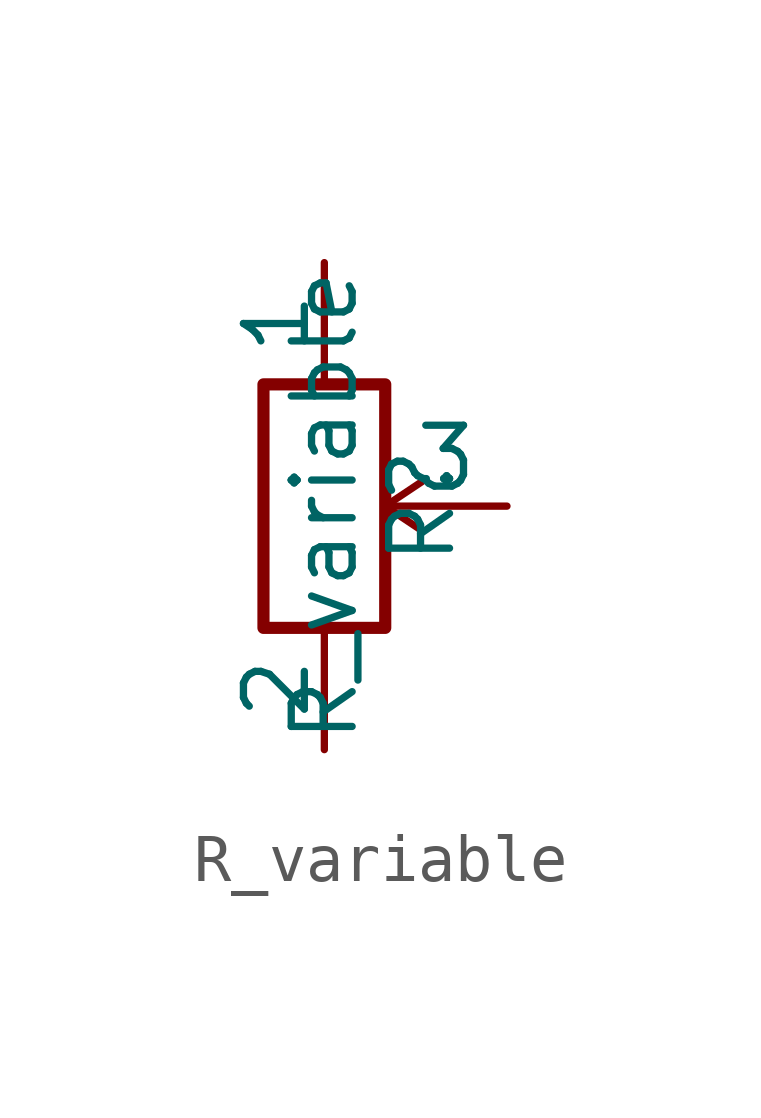
<source format=kicad_sym>
(kicad_symbol_lib
  (version 20241209)
  (generator "kicad_symbol_editor")
  (generator_version "9.0")
  (symbol "R_variable"
    (pin_numbers
      (hide yes))
    (pin_names
      (offset 0))
    (property "Reference" "R"
      (at 2.032 0 90)
      (effects (font (size 1.27 1.27))))
    (property "Value" "R_variable"
      (at 0 0 90)
      (effects (font (size 1.27 1.27))))
    (symbol "R_variable_0_1"
      (rectangle (start -1.27 2.54) (end 1.27 -2.54) (stroke (width 0.254) (type default)) (fill (type none)))
      (polyline (pts (xy 2.032 0.508) (xy 1.27 0) (xy 2.032 -0.508)) (stroke (width 0) (type default)) (fill (type none))))
    (symbol "R_variable_1_1"
      (pin passive line (at 0 5.08 270) (length 2.54) (name "1" (effects (font (size 1.27 1.27)))) (number "1" (effects (font (size 1.27 1.27)))))
      (pin passive line (at 0 -5.08 90) (length 2.54) (name "2" (effects (font (size 1.27 1.27)))) (number "2" (effects (font (size 1.27 1.27)))))
      (pin passive line (at 3.81 0 180) (length 2.54) (name "3" (effects (font (size 1.27 1.27)))) (number "3" (effects (font (size 1.27 1.27))))))))
</source>
